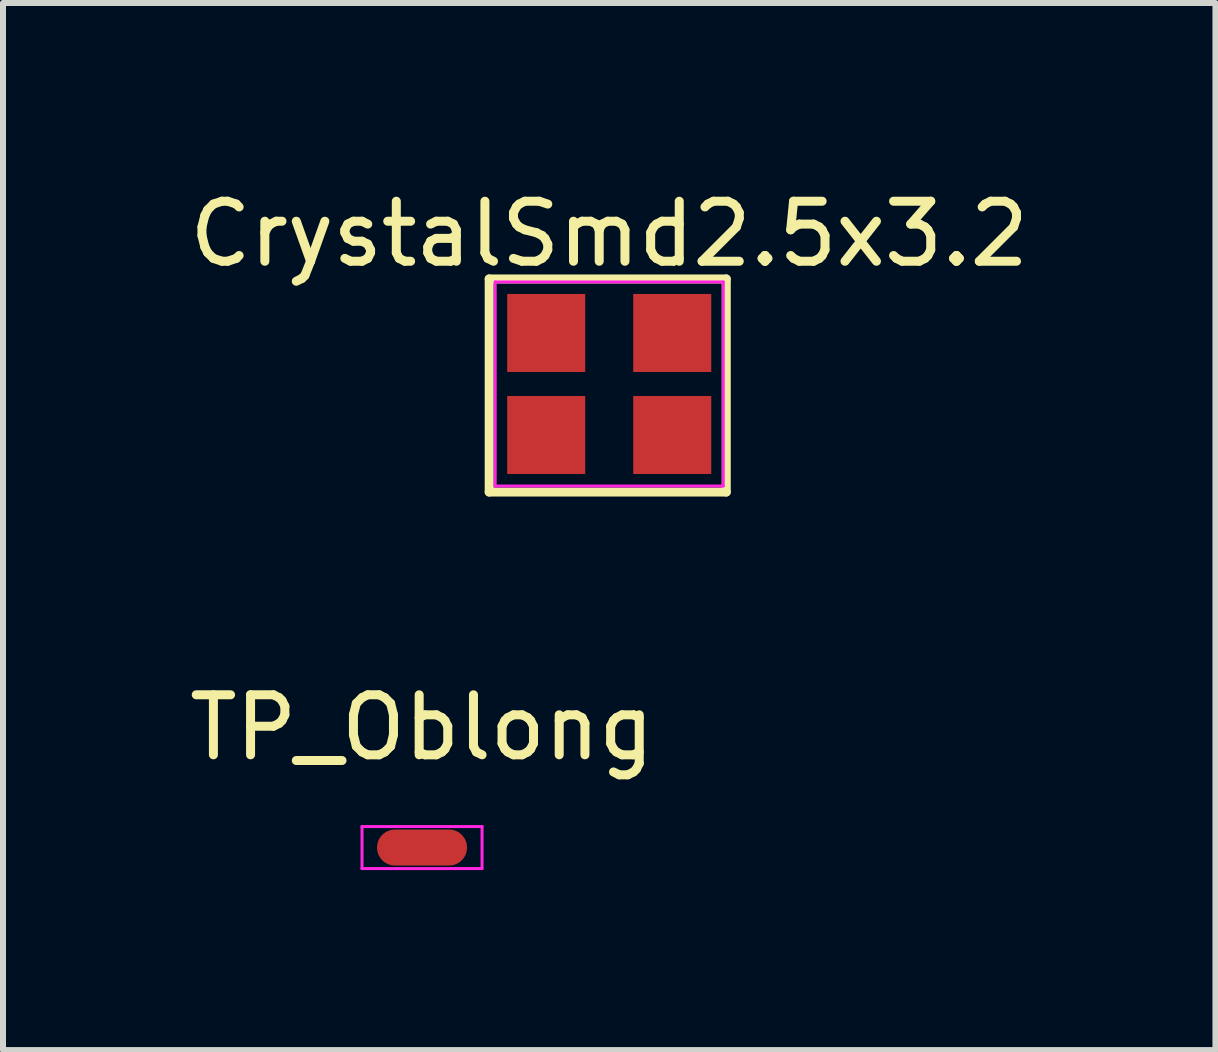
<source format=kicad_pcb>
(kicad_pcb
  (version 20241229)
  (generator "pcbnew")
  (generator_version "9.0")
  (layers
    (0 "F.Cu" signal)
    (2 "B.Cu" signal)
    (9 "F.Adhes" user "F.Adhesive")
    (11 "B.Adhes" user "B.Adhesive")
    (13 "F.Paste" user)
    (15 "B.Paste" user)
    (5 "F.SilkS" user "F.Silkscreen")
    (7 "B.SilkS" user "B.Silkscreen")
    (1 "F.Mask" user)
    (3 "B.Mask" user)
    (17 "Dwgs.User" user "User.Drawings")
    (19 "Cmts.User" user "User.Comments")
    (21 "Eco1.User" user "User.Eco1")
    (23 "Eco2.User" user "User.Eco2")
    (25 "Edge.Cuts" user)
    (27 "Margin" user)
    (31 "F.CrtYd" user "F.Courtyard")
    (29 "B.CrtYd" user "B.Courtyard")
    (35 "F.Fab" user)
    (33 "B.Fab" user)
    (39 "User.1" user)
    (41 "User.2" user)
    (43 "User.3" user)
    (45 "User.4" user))
  (footprint "TP_Oblong"
    (layer "F.Cu")
    (at 3.982 11.072)
    (property "Reference" "TP_Oblong" (at 0 -2 0) (layer "F.SilkS") (effects (font (size 1 1) (thickness 0.15))))
    (attr exclude_from_pos_files exclude_from_bom)
    (fp_line (start -1 -0.35) (end 1 -0.35) (stroke (width 0.05) (type solid)) (layer "F.CrtYd"))
    (fp_line (start -1 0.35) (end -1 -0.35) (stroke (width 0.05) (type solid)) (layer "F.CrtYd"))
    (fp_line (start 1 -0.35) (end 1 0.35) (stroke (width 0.05) (type solid)) (layer "F.CrtYd"))
    (fp_line (start 1 0.35) (end -1 0.35) (stroke (width 0.05) (type solid)) (layer "F.CrtYd"))
    (pad "1" smd oval (at 0 0) (size 1.5 0.6) (layers "F.Cu" "F.Mask")))
  (footprint "CrystalSmd2.5x3.2"
    (layer "F.Cu")
    (at 7.101 3.348)
    (property "Reference" "CrystalSmd2.5x3.2" (at 0 -2.5 0) (layer "F.SilkS") (effects (font (size 1 1) (thickness 0.15))))
    (attr smd)
    (fp_line (start -2 -1.75) (end -2 1.8) (stroke (width 0.15) (type solid)) (layer "F.SilkS"))
    (fp_line (start -2 -1.75) (end 1.95 -1.75) (stroke (width 0.15) (type solid)) (layer "F.SilkS"))
    (fp_line (start 1.95 -1.75) (end 1.95 1.8) (stroke (width 0.15) (type solid)) (layer "F.SilkS"))
    (fp_line (start 1.95 1.8) (end -2 1.8) (stroke (width 0.15) (type solid)) (layer "F.SilkS"))
    (fp_line (start -1.9 -1.7) (end 1.9 -1.7) (stroke (width 0.05) (type solid)) (layer "F.CrtYd"))
    (fp_line (start -1.9 1.7) (end -1.9 -1.7) (stroke (width 0.05) (type solid)) (layer "F.CrtYd"))
    (fp_line (start 1.9 -1.7) (end 1.9 1.7) (stroke (width 0.05) (type solid)) (layer "F.CrtYd"))
    (fp_line (start 1.9 1.7) (end -1.9 1.7) (stroke (width 0.05) (type solid)) (layer "F.CrtYd"))
    (pad "" smd rect (at -1.05 -0.85) (size 1.3 1.3) (layers "F.Cu" "F.Mask" "F.Paste"))
    (pad "" smd rect (at 1.05 0.85) (size 1.3 1.3) (layers "F.Cu" "F.Mask" "F.Paste"))
    (pad "1" smd rect (at 1.05 -0.85) (size 1.3 1.3) (layers "F.Cu" "F.Mask" "F.Paste"))
    (pad "2" smd rect (at -1.05 0.85) (size 1.3 1.3) (layers "F.Cu" "F.Mask" "F.Paste")))
  (gr_rect
    (start -3 -3)
    (end 17.202 14.447)
    (stroke (width 0.1) (type default))
    (fill no)
    (layer "Edge.Cuts")))
</source>
